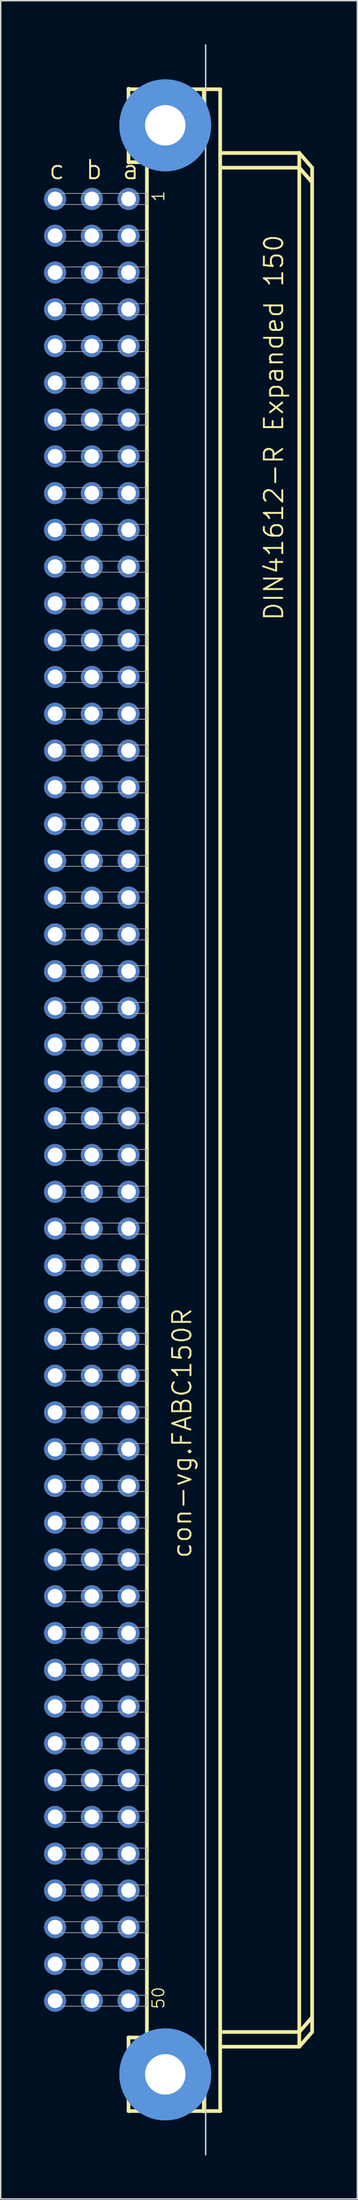
<source format=kicad_pcb>
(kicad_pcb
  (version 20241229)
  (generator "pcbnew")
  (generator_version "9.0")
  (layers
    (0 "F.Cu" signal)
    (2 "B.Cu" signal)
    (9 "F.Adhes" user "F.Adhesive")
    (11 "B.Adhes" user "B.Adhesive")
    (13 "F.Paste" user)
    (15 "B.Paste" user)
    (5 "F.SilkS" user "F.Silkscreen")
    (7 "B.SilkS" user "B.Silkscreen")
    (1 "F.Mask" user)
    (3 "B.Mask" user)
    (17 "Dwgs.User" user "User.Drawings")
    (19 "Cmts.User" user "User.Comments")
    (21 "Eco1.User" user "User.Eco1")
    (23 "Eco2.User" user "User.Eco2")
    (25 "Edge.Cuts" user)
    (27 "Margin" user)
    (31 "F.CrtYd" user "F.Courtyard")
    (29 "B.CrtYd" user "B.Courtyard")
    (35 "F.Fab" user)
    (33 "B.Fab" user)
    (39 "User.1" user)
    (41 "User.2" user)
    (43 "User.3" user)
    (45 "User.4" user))
  (footprint "con-vg.FABC150R"
    (layer "F.Cu")
    (at 8.382 72.923)
    (property "Reference" "con-vg.FABC150R" (at 1.905 31.75 90) (layer "F.SilkS") (effects (font (size 1.27 1.27) (thickness 0.13)) (justify left bottom)))
    (attr through_hole)
    (fp_line (start -2.54 -69.85) (end -2.54 -69.81) (stroke (width 0.254) (type default)) (layer "F.SilkS"))
    (fp_line (start -2.54 -69.81) (end -2.54 -64.77) (stroke (width 0.254) (type default)) (layer "F.SilkS"))
    (fp_line (start -2.54 -69.81) (end 3.81 -69.81) (stroke (width 0.254) (type default)) (layer "F.SilkS"))
    (fp_line (start -2.54 -64.77) (end -1.27 -64.77) (stroke (width 0.254) (type default)) (layer "F.SilkS"))
    (fp_line (start -2.54 64.77) (end -1.27 64.77) (stroke (width 0.254) (type default)) (layer "F.SilkS"))
    (fp_line (start -2.54 69.85) (end -2.54 64.77) (stroke (width 0.254) (type default)) (layer "F.SilkS"))
    (fp_line (start -2.54 69.85) (end 2.667 69.85) (stroke (width 0.254) (type default)) (layer "F.SilkS"))
    (fp_line (start -1.27 -64.77) (end -1.27 64.77) (stroke (width 0.254) (type default)) (layer "F.SilkS"))
    (fp_line (start -1.27 -64.77) (end 1.27 -64.77) (stroke (width 0.254) (type default)) (layer "F.SilkS"))
    (fp_line (start -1.27 64.77) (end 1.27 64.77) (stroke (width 0.254) (type default)) (layer "F.SilkS"))
    (fp_line (start 1.27 -64.77) (end 2.667 -66.04) (stroke (width 0.254) (type default)) (layer "F.SilkS"))
    (fp_line (start 1.27 64.77) (end 2.667 66.04) (stroke (width 0.254) (type default)) (layer "F.SilkS"))
    (fp_line (start 2.667 -66.04) (end 2.667 -69.723) (stroke (width 0.254) (type default)) (layer "F.SilkS"))
    (fp_line (start 2.667 66.04) (end 2.667 69.85) (stroke (width 0.254) (type default)) (layer "F.SilkS"))
    (fp_line (start 2.667 69.85) (end 3.81 69.85) (stroke (width 0.254) (type default)) (layer "F.SilkS"))
    (fp_line (start 2.76 -69.72) (end 2.76 69.847) (stroke (width 0.051) (type default)) (layer "F.SilkS"))
    (fp_line (start 3.8 69.847) (end 3.8 -69.72) (stroke (width 0.254) (type default)) (layer "F.SilkS"))
    (fp_line (start 3.81 -65.405) (end 9.271 -65.405) (stroke (width 0.254) (type default)) (layer "F.SilkS"))
    (fp_line (start 3.937 64.389) (end 9.271 64.389) (stroke (width 0.254) (type default)) (layer "F.SilkS"))
    (fp_line (start 9.271 -64.389) (end 3.937 -64.389) (stroke (width 0.254) (type default)) (layer "F.SilkS"))
    (fp_line (start 9.271 -64.389) (end 9.271 -65.405) (stroke (width 0.254) (type default)) (layer "F.SilkS"))
    (fp_line (start 9.271 64.389) (end 9.271 -64.389) (stroke (width 0.254) (type default)) (layer "F.SilkS"))
    (fp_line (start 9.271 64.389) (end 10.16 63.373) (stroke (width 0.254) (type default)) (layer "F.SilkS"))
    (fp_line (start 9.271 65.405) (end 3.81 65.405) (stroke (width 0.254) (type default)) (layer "F.SilkS"))
    (fp_line (start 9.271 65.405) (end 9.271 64.389) (stroke (width 0.254) (type default)) (layer "F.SilkS"))
    (fp_line (start 9.271 65.405) (end 10.16 64.389) (stroke (width 0.254) (type default)) (layer "F.SilkS"))
    (fp_line (start 10.16 -64.389) (end 9.271 -65.405) (stroke (width 0.254) (type default)) (layer "F.SilkS"))
    (fp_line (start 10.16 -63.373) (end 9.271 -64.389) (stroke (width 0.254) (type default)) (layer "F.SilkS"))
    (fp_line (start 10.16 -63.373) (end 10.16 -64.389) (stroke (width 0.254) (type default)) (layer "F.SilkS"))
    (fp_line (start 10.16 63.373) (end 10.16 -63.373) (stroke (width 0.254) (type default)) (layer "F.SilkS"))
    (fp_line (start 10.16 64.389) (end 10.16 63.373) (stroke (width 0.254) (type default)) (layer "F.SilkS"))
    (fp_circle (center 0 -67.316) (end 1.27 -67.316) (stroke (width 0.254) (type default)) (fill no) (layer "F.SilkS"))
    (fp_circle (center 0 67.316) (end 1.27 67.316) (stroke (width 0.254) (type default)) (fill no) (layer "F.SilkS"))
    (fp_circle (center 0 -67.316) (end 2.286 -67.316) (stroke (width 1.778) (type default)) (fill no) (layer "Cmts.User"))
    (fp_circle (center 0 -67.316) (end 2.286 -67.316) (stroke (width 1.778) (type default)) (fill no) (layer "Cmts.User"))
    (fp_circle (center 0 67.316) (end 2.286 67.316) (stroke (width 1.778) (type default)) (fill no) (layer "Cmts.User"))
    (fp_circle (center 0 67.316) (end 2.286 67.316) (stroke (width 1.778) (type default)) (fill no) (layer "Cmts.User"))
    (fp_line (start 2.794 72.873) (end 2.794 -72.873) (stroke (width 0.1) (type default)) (layer "Edge.Cuts"))
    (fp_rect (start -7.874 -61.849) (end -1.27 -62.611) (stroke (width 0.05) (type default)) (fill no) (layer "F.Fab"))
    (fp_rect (start -7.874 -59.309) (end -1.27 -60.071) (stroke (width 0.05) (type default)) (fill no) (layer "F.Fab"))
    (fp_rect (start -7.874 -56.769) (end -1.27 -57.531) (stroke (width 0.05) (type default)) (fill no) (layer "F.Fab"))
    (fp_rect (start -7.874 -54.229) (end -1.27 -54.991) (stroke (width 0.05) (type default)) (fill no) (layer "F.Fab"))
    (fp_rect (start -7.874 -51.689) (end -1.27 -52.451) (stroke (width 0.05) (type default)) (fill no) (layer "F.Fab"))
    (fp_rect (start -7.874 -49.149) (end -1.27 -49.911) (stroke (width 0.05) (type default)) (fill no) (layer "F.Fab"))
    (fp_rect (start -7.874 -46.609) (end -1.27 -47.371) (stroke (width 0.05) (type default)) (fill no) (layer "F.Fab"))
    (fp_rect (start -7.874 -44.069) (end -1.27 -44.831) (stroke (width 0.05) (type default)) (fill no) (layer "F.Fab"))
    (fp_rect (start -7.874 -41.529) (end -1.27 -42.291) (stroke (width 0.05) (type default)) (fill no) (layer "F.Fab"))
    (fp_rect (start -7.874 -38.989) (end -1.27 -39.751) (stroke (width 0.05) (type default)) (fill no) (layer "F.Fab"))
    (fp_rect (start -7.874 -36.449) (end -1.27 -37.211) (stroke (width 0.05) (type default)) (fill no) (layer "F.Fab"))
    (fp_rect (start -7.874 -33.909) (end -1.27 -34.671) (stroke (width 0.05) (type default)) (fill no) (layer "F.Fab"))
    (fp_rect (start -7.874 -31.369) (end -1.27 -32.131) (stroke (width 0.05) (type default)) (fill no) (layer "F.Fab"))
    (fp_rect (start -7.874 -28.829) (end -1.27 -29.591) (stroke (width 0.05) (type default)) (fill no) (layer "F.Fab"))
    (fp_rect (start -7.874 -26.289) (end -1.27 -27.051) (stroke (width 0.05) (type default)) (fill no) (layer "F.Fab"))
    (fp_rect (start -7.874 -23.749) (end -1.27 -24.511) (stroke (width 0.05) (type default)) (fill no) (layer "F.Fab"))
    (fp_rect (start -7.874 -21.209) (end -1.27 -21.971) (stroke (width 0.05) (type default)) (fill no) (layer "F.Fab"))
    (fp_rect (start -7.874 -18.669) (end -1.27 -19.431) (stroke (width 0.05) (type default)) (fill no) (layer "F.Fab"))
    (fp_rect (start -7.874 -16.129) (end -1.27 -16.891) (stroke (width 0.05) (type default)) (fill no) (layer "F.Fab"))
    (fp_rect (start -7.874 -13.589) (end -1.27 -14.351) (stroke (width 0.05) (type default)) (fill no) (layer "F.Fab"))
    (fp_rect (start -7.874 -11.049) (end -1.27 -11.811) (stroke (width 0.05) (type default)) (fill no) (layer "F.Fab"))
    (fp_rect (start -7.874 -8.509) (end -1.27 -9.271) (stroke (width 0.05) (type default)) (fill no) (layer "F.Fab"))
    (fp_rect (start -7.874 -5.969) (end -1.27 -6.731) (stroke (width 0.05) (type default)) (fill no) (layer "F.Fab"))
    (fp_rect (start -7.874 -3.429) (end -1.27 -4.191) (stroke (width 0.05) (type default)) (fill no) (layer "F.Fab"))
    (fp_rect (start -7.874 -0.889) (end -1.27 -1.651) (stroke (width 0.05) (type default)) (fill no) (layer "F.Fab"))
    (fp_rect (start -7.874 1.651) (end -1.27 0.889) (stroke (width 0.05) (type default)) (fill no) (layer "F.Fab"))
    (fp_rect (start -7.874 4.191) (end -1.27 3.429) (stroke (width 0.05) (type default)) (fill no) (layer "F.Fab"))
    (fp_rect (start -7.874 6.731) (end -1.27 5.969) (stroke (width 0.05) (type default)) (fill no) (layer "F.Fab"))
    (fp_rect (start -7.874 9.271) (end -1.27 8.509) (stroke (width 0.05) (type default)) (fill no) (layer "F.Fab"))
    (fp_rect (start -7.874 11.811) (end -1.27 11.049) (stroke (width 0.05) (type default)) (fill no) (layer "F.Fab"))
    (fp_rect (start -7.874 14.351) (end -1.27 13.589) (stroke (width 0.05) (type default)) (fill no) (layer "F.Fab"))
    (fp_rect (start -7.874 16.891) (end -1.27 16.129) (stroke (width 0.05) (type default)) (fill no) (layer "F.Fab"))
    (fp_rect (start -7.874 19.431) (end -1.27 18.669) (stroke (width 0.05) (type default)) (fill no) (layer "F.Fab"))
    (fp_rect (start -7.874 21.971) (end -1.27 21.209) (stroke (width 0.05) (type default)) (fill no) (layer "F.Fab"))
    (fp_rect (start -7.874 24.511) (end -1.27 23.749) (stroke (width 0.05) (type default)) (fill no) (layer "F.Fab"))
    (fp_rect (start -7.874 27.051) (end -1.27 26.289) (stroke (width 0.05) (type default)) (fill no) (layer "F.Fab"))
    (fp_rect (start -7.874 29.591) (end -1.27 28.829) (stroke (width 0.05) (type default)) (fill no) (layer "F.Fab"))
    (fp_rect (start -7.874 32.131) (end -1.27 31.369) (stroke (width 0.05) (type default)) (fill no) (layer "F.Fab"))
    (fp_rect (start -7.874 34.671) (end -1.27 33.909) (stroke (width 0.05) (type default)) (fill no) (layer "F.Fab"))
    (fp_rect (start -7.874 37.211) (end -1.27 36.449) (stroke (width 0.05) (type default)) (fill no) (layer "F.Fab"))
    (fp_rect (start -7.874 39.751) (end -1.27 38.989) (stroke (width 0.05) (type default)) (fill no) (layer "F.Fab"))
    (fp_rect (start -7.874 42.291) (end -1.27 41.529) (stroke (width 0.05) (type default)) (fill no) (layer "F.Fab"))
    (fp_rect (start -7.874 44.831) (end -1.27 44.069) (stroke (width 0.05) (type default)) (fill no) (layer "F.Fab"))
    (fp_rect (start -7.874 47.371) (end -1.27 46.609) (stroke (width 0.05) (type default)) (fill no) (layer "F.Fab"))
    (fp_rect (start -7.874 49.911) (end -1.27 49.149) (stroke (width 0.05) (type default)) (fill no) (layer "F.Fab"))
    (fp_rect (start -7.874 52.451) (end -1.27 51.689) (stroke (width 0.05) (type default)) (fill no) (layer "F.Fab"))
    (fp_rect (start -7.874 54.991) (end -1.27 54.229) (stroke (width 0.05) (type default)) (fill no) (layer "F.Fab"))
    (fp_rect (start -7.874 57.531) (end -1.27 56.769) (stroke (width 0.05) (type default)) (fill no) (layer "F.Fab"))
    (fp_rect (start -7.874 60.071) (end -1.27 59.309) (stroke (width 0.05) (type default)) (fill no) (layer "F.Fab"))
    (fp_rect (start -7.874 62.611) (end -1.27 61.849) (stroke (width 0.05) (type default)) (fill no) (layer "F.Fab"))
    (fp_text user "a" (at -3.048 -63.5 0) (layer "F.SilkS") (effects (font (size 1.27 1.27) (thickness 0.13)) (justify left bottom)))
    (fp_text user "DIN41612-R Expanded 150" (at 8.255 -33.02 90) (layer "F.SilkS") (effects (font (size 1.27 1.27) (thickness 0.13)) (justify left bottom)))
    (fp_text user "c" (at -8.128 -63.5 0) (layer "F.SilkS") (effects (font (size 1.27 1.27) (thickness 0.13)) (justify left bottom)))
    (fp_text user "b" (at -5.588 -63.5 0) (layer "F.SilkS") (effects (font (size 1.27 1.27) (thickness 0.13)) (justify left bottom)))
    (fp_text user "50" (at 0 62.865 90) (layer "F.SilkS") (effects (font (size 0.813 0.813) (thickness 0.08)) (justify left bottom)))
    (fp_text user "1" (at 0 -61.976 90) (layer "F.SilkS") (effects (font (size 0.813 0.813) (thickness 0.08)) (justify left bottom)))
    (pad "" np_thru_hole circle (at 0 -67.316) (size 2.794 2.794) (drill 2.794) (layers "*.Cu" "*.Mask"))
    (pad "" np_thru_hole circle (at 0 67.316) (size 2.794 2.794) (drill 2.794) (layers "*.Cu" "*.Mask"))
    (pad "A1" thru_hole circle (at -2.54 -62.23) (size 1.524 1.524) (drill 1.016) (layers "*.Cu" "*.Mask"))
    (pad "A2" thru_hole circle (at -2.54 -59.69) (size 1.524 1.524) (drill 1.016) (layers "*.Cu" "*.Mask"))
    (pad "A3" thru_hole circle (at -2.54 -57.15) (size 1.524 1.524) (drill 1.016) (layers "*.Cu" "*.Mask"))
    (pad "A4" thru_hole circle (at -2.54 -54.61) (size 1.524 1.524) (drill 1.016) (layers "*.Cu" "*.Mask"))
    (pad "A5" thru_hole circle (at -2.54 -52.07) (size 1.524 1.524) (drill 1.016) (layers "*.Cu" "*.Mask"))
    (pad "A6" thru_hole circle (at -2.54 -49.53) (size 1.524 1.524) (drill 1.016) (layers "*.Cu" "*.Mask"))
    (pad "A7" thru_hole circle (at -2.54 -46.99) (size 1.524 1.524) (drill 1.016) (layers "*.Cu" "*.Mask"))
    (pad "A8" thru_hole circle (at -2.54 -44.45) (size 1.524 1.524) (drill 1.016) (layers "*.Cu" "*.Mask"))
    (pad "A9" thru_hole circle (at -2.54 -41.91) (size 1.524 1.524) (drill 1.016) (layers "*.Cu" "*.Mask"))
    (pad "A10" thru_hole circle (at -2.54 -39.37) (size 1.524 1.524) (drill 1.016) (layers "*.Cu" "*.Mask"))
    (pad "A11" thru_hole circle (at -2.54 -36.83) (size 1.524 1.524) (drill 1.016) (layers "*.Cu" "*.Mask"))
    (pad "A12" thru_hole circle (at -2.54 -34.29) (size 1.524 1.524) (drill 1.016) (layers "*.Cu" "*.Mask"))
    (pad "A13" thru_hole circle (at -2.54 -31.75) (size 1.524 1.524) (drill 1.016) (layers "*.Cu" "*.Mask"))
    (pad "A14" thru_hole circle (at -2.54 -29.21) (size 1.524 1.524) (drill 1.016) (layers "*.Cu" "*.Mask"))
    (pad "A15" thru_hole circle (at -2.54 -26.67) (size 1.524 1.524) (drill 1.016) (layers "*.Cu" "*.Mask"))
    (pad "A16" thru_hole circle (at -2.54 -24.13) (size 1.524 1.524) (drill 1.016) (layers "*.Cu" "*.Mask"))
    (pad "A17" thru_hole circle (at -2.54 -21.59) (size 1.524 1.524) (drill 1.016) (layers "*.Cu" "*.Mask"))
    (pad "A18" thru_hole circle (at -2.54 -19.05) (size 1.524 1.524) (drill 1.016) (layers "*.Cu" "*.Mask"))
    (pad "A19" thru_hole circle (at -2.54 -16.51) (size 1.524 1.524) (drill 1.016) (layers "*.Cu" "*.Mask"))
    (pad "A20" thru_hole circle (at -2.54 -13.97) (size 1.524 1.524) (drill 1.016) (layers "*.Cu" "*.Mask"))
    (pad "A21" thru_hole circle (at -2.54 -11.43) (size 1.524 1.524) (drill 1.016) (layers "*.Cu" "*.Mask"))
    (pad "A22" thru_hole circle (at -2.54 -8.89) (size 1.524 1.524) (drill 1.016) (layers "*.Cu" "*.Mask"))
    (pad "A23" thru_hole circle (at -2.54 -6.35) (size 1.524 1.524) (drill 1.016) (layers "*.Cu" "*.Mask"))
    (pad "A24" thru_hole circle (at -2.54 -3.81) (size 1.524 1.524) (drill 1.016) (layers "*.Cu" "*.Mask"))
    (pad "A25" thru_hole circle (at -2.54 -1.27) (size 1.524 1.524) (drill 1.016) (layers "*.Cu" "*.Mask"))
    (pad "A26" thru_hole circle (at -2.54 1.27) (size 1.524 1.524) (drill 1.016) (layers "*.Cu" "*.Mask"))
    (pad "A27" thru_hole circle (at -2.54 3.81) (size 1.524 1.524) (drill 1.016) (layers "*.Cu" "*.Mask"))
    (pad "A28" thru_hole circle (at -2.54 6.35) (size 1.524 1.524) (drill 1.016) (layers "*.Cu" "*.Mask"))
    (pad "A29" thru_hole circle (at -2.54 8.89) (size 1.524 1.524) (drill 1.016) (layers "*.Cu" "*.Mask"))
    (pad "A30" thru_hole circle (at -2.54 11.43) (size 1.524 1.524) (drill 1.016) (layers "*.Cu" "*.Mask"))
    (pad "A31" thru_hole circle (at -2.54 13.97) (size 1.524 1.524) (drill 1.016) (layers "*.Cu" "*.Mask"))
    (pad "A32" thru_hole circle (at -2.54 16.51) (size 1.524 1.524) (drill 1.016) (layers "*.Cu" "*.Mask"))
    (pad "A33" thru_hole circle (at -2.54 19.05) (size 1.524 1.524) (drill 1.016) (layers "*.Cu" "*.Mask"))
    (pad "A34" thru_hole circle (at -2.54 21.59) (size 1.524 1.524) (drill 1.016) (layers "*.Cu" "*.Mask"))
    (pad "A35" thru_hole circle (at -2.54 24.13) (size 1.524 1.524) (drill 1.016) (layers "*.Cu" "*.Mask"))
    (pad "A36" thru_hole circle (at -2.54 26.67) (size 1.524 1.524) (drill 1.016) (layers "*.Cu" "*.Mask"))
    (pad "A37" thru_hole circle (at -2.54 29.21) (size 1.524 1.524) (drill 1.016) (layers "*.Cu" "*.Mask"))
    (pad "A38" thru_hole circle (at -2.54 31.75) (size 1.524 1.524) (drill 1.016) (layers "*.Cu" "*.Mask"))
    (pad "A39" thru_hole circle (at -2.54 34.29) (size 1.524 1.524) (drill 1.016) (layers "*.Cu" "*.Mask"))
    (pad "A40" thru_hole circle (at -2.54 36.83) (size 1.524 1.524) (drill 1.016) (layers "*.Cu" "*.Mask"))
    (pad "A41" thru_hole circle (at -2.54 39.37) (size 1.524 1.524) (drill 1.016) (layers "*.Cu" "*.Mask"))
    (pad "A42" thru_hole circle (at -2.54 41.91) (size 1.524 1.524) (drill 1.016) (layers "*.Cu" "*.Mask"))
    (pad "A43" thru_hole circle (at -2.54 44.45) (size 1.524 1.524) (drill 1.016) (layers "*.Cu" "*.Mask"))
    (pad "A44" thru_hole circle (at -2.54 46.99) (size 1.524 1.524) (drill 1.016) (layers "*.Cu" "*.Mask"))
    (pad "A45" thru_hole circle (at -2.54 49.53) (size 1.524 1.524) (drill 1.016) (layers "*.Cu" "*.Mask"))
    (pad "A46" thru_hole circle (at -2.54 52.07) (size 1.524 1.524) (drill 1.016) (layers "*.Cu" "*.Mask"))
    (pad "A47" thru_hole circle (at -2.54 54.61) (size 1.524 1.524) (drill 1.016) (layers "*.Cu" "*.Mask"))
    (pad "A48" thru_hole circle (at -2.54 57.15) (size 1.524 1.524) (drill 1.016) (layers "*.Cu" "*.Mask"))
    (pad "A49" thru_hole circle (at -2.54 59.69) (size 1.524 1.524) (drill 1.016) (layers "*.Cu" "*.Mask"))
    (pad "A50" thru_hole circle (at -2.54 62.23) (size 1.524 1.524) (drill 1.016) (layers "*.Cu" "*.Mask"))
    (pad "B1" thru_hole circle (at -5.08 -62.23) (size 1.524 1.524) (drill 1.016) (layers "*.Cu" "*.Mask"))
    (pad "B2" thru_hole circle (at -5.08 -59.69) (size 1.524 1.524) (drill 1.016) (layers "*.Cu" "*.Mask"))
    (pad "B3" thru_hole circle (at -5.08 -57.15) (size 1.524 1.524) (drill 1.016) (layers "*.Cu" "*.Mask"))
    (pad "B4" thru_hole circle (at -5.08 -54.61) (size 1.524 1.524) (drill 1.016) (layers "*.Cu" "*.Mask"))
    (pad "B5" thru_hole circle (at -5.08 -52.07) (size 1.524 1.524) (drill 1.016) (layers "*.Cu" "*.Mask"))
    (pad "B6" thru_hole circle (at -5.08 -49.53) (size 1.524 1.524) (drill 1.016) (layers "*.Cu" "*.Mask"))
    (pad "B7" thru_hole circle (at -5.08 -46.99) (size 1.524 1.524) (drill 1.016) (layers "*.Cu" "*.Mask"))
    (pad "B8" thru_hole circle (at -5.08 -44.45) (size 1.524 1.524) (drill 1.016) (layers "*.Cu" "*.Mask"))
    (pad "B9" thru_hole circle (at -5.08 -41.91) (size 1.524 1.524) (drill 1.016) (layers "*.Cu" "*.Mask"))
    (pad "B10" thru_hole circle (at -5.08 -39.37) (size 1.524 1.524) (drill 1.016) (layers "*.Cu" "*.Mask"))
    (pad "B11" thru_hole circle (at -5.08 -36.83) (size 1.524 1.524) (drill 1.016) (layers "*.Cu" "*.Mask"))
    (pad "B12" thru_hole circle (at -5.08 -34.29) (size 1.524 1.524) (drill 1.016) (layers "*.Cu" "*.Mask"))
    (pad "B13" thru_hole circle (at -5.08 -31.75) (size 1.524 1.524) (drill 1.016) (layers "*.Cu" "*.Mask"))
    (pad "B14" thru_hole circle (at -5.08 -29.21) (size 1.524 1.524) (drill 1.016) (layers "*.Cu" "*.Mask"))
    (pad "B15" thru_hole circle (at -5.08 -26.67) (size 1.524 1.524) (drill 1.016) (layers "*.Cu" "*.Mask"))
    (pad "B16" thru_hole circle (at -5.08 -24.13) (size 1.524 1.524) (drill 1.016) (layers "*.Cu" "*.Mask"))
    (pad "B17" thru_hole circle (at -5.08 -21.59) (size 1.524 1.524) (drill 1.016) (layers "*.Cu" "*.Mask"))
    (pad "B18" thru_hole circle (at -5.08 -19.05) (size 1.524 1.524) (drill 1.016) (layers "*.Cu" "*.Mask"))
    (pad "B19" thru_hole circle (at -5.08 -16.51) (size 1.524 1.524) (drill 1.016) (layers "*.Cu" "*.Mask"))
    (pad "B20" thru_hole circle (at -5.08 -13.97) (size 1.524 1.524) (drill 1.016) (layers "*.Cu" "*.Mask"))
    (pad "B21" thru_hole circle (at -5.08 -11.43) (size 1.524 1.524) (drill 1.016) (layers "*.Cu" "*.Mask"))
    (pad "B22" thru_hole circle (at -5.08 -8.89) (size 1.524 1.524) (drill 1.016) (layers "*.Cu" "*.Mask"))
    (pad "B23" thru_hole circle (at -5.08 -6.35) (size 1.524 1.524) (drill 1.016) (layers "*.Cu" "*.Mask"))
    (pad "B24" thru_hole circle (at -5.08 -3.81) (size 1.524 1.524) (drill 1.016) (layers "*.Cu" "*.Mask"))
    (pad "B25" thru_hole circle (at -5.08 -1.27) (size 1.524 1.524) (drill 1.016) (layers "*.Cu" "*.Mask"))
    (pad "B26" thru_hole circle (at -5.08 1.27) (size 1.524 1.524) (drill 1.016) (layers "*.Cu" "*.Mask"))
    (pad "B27" thru_hole circle (at -5.08 3.81) (size 1.524 1.524) (drill 1.016) (layers "*.Cu" "*.Mask"))
    (pad "B28" thru_hole circle (at -5.08 6.35) (size 1.524 1.524) (drill 1.016) (layers "*.Cu" "*.Mask"))
    (pad "B29" thru_hole circle (at -5.08 8.89) (size 1.524 1.524) (drill 1.016) (layers "*.Cu" "*.Mask"))
    (pad "B30" thru_hole circle (at -5.08 11.43) (size 1.524 1.524) (drill 1.016) (layers "*.Cu" "*.Mask"))
    (pad "B31" thru_hole circle (at -5.08 13.97) (size 1.524 1.524) (drill 1.016) (layers "*.Cu" "*.Mask"))
    (pad "B32" thru_hole circle (at -5.08 16.51) (size 1.524 1.524) (drill 1.016) (layers "*.Cu" "*.Mask"))
    (pad "B33" thru_hole circle (at -5.08 19.05) (size 1.524 1.524) (drill 1.016) (layers "*.Cu" "*.Mask"))
    (pad "B34" thru_hole circle (at -5.08 21.59) (size 1.524 1.524) (drill 1.016) (layers "*.Cu" "*.Mask"))
    (pad "B35" thru_hole circle (at -5.08 24.13) (size 1.524 1.524) (drill 1.016) (layers "*.Cu" "*.Mask"))
    (pad "B36" thru_hole circle (at -5.08 26.67) (size 1.524 1.524) (drill 1.016) (layers "*.Cu" "*.Mask"))
    (pad "B37" thru_hole circle (at -5.08 29.21) (size 1.524 1.524) (drill 1.016) (layers "*.Cu" "*.Mask"))
    (pad "B38" thru_hole circle (at -5.08 31.75) (size 1.524 1.524) (drill 1.016) (layers "*.Cu" "*.Mask"))
    (pad "B39" thru_hole circle (at -5.08 34.29) (size 1.524 1.524) (drill 1.016) (layers "*.Cu" "*.Mask"))
    (pad "B40" thru_hole circle (at -5.08 36.83) (size 1.524 1.524) (drill 1.016) (layers "*.Cu" "*.Mask"))
    (pad "B41" thru_hole circle (at -5.08 39.37) (size 1.524 1.524) (drill 1.016) (layers "*.Cu" "*.Mask"))
    (pad "B42" thru_hole circle (at -5.08 41.91) (size 1.524 1.524) (drill 1.016) (layers "*.Cu" "*.Mask"))
    (pad "B43" thru_hole circle (at -5.08 44.45) (size 1.524 1.524) (drill 1.016) (layers "*.Cu" "*.Mask"))
    (pad "B44" thru_hole circle (at -5.08 46.99) (size 1.524 1.524) (drill 1.016) (layers "*.Cu" "*.Mask"))
    (pad "B45" thru_hole circle (at -5.08 49.53) (size 1.524 1.524) (drill 1.016) (layers "*.Cu" "*.Mask"))
    (pad "B46" thru_hole circle (at -5.08 52.07) (size 1.524 1.524) (drill 1.016) (layers "*.Cu" "*.Mask"))
    (pad "B47" thru_hole circle (at -5.08 54.61) (size 1.524 1.524) (drill 1.016) (layers "*.Cu" "*.Mask"))
    (pad "B48" thru_hole circle (at -5.08 57.15) (size 1.524 1.524) (drill 1.016) (layers "*.Cu" "*.Mask"))
    (pad "B49" thru_hole circle (at -5.08 59.69) (size 1.524 1.524) (drill 1.016) (layers "*.Cu" "*.Mask"))
    (pad "B50" thru_hole circle (at -5.08 62.23) (size 1.524 1.524) (drill 1.016) (layers "*.Cu" "*.Mask"))
    (pad "C1" thru_hole circle (at -7.62 -62.23) (size 1.524 1.524) (drill 1.016) (layers "*.Cu" "*.Mask"))
    (pad "C2" thru_hole circle (at -7.62 -59.69) (size 1.524 1.524) (drill 1.016) (layers "*.Cu" "*.Mask"))
    (pad "C3" thru_hole circle (at -7.62 -57.15) (size 1.524 1.524) (drill 1.016) (layers "*.Cu" "*.Mask"))
    (pad "C4" thru_hole circle (at -7.62 -54.61) (size 1.524 1.524) (drill 1.016) (layers "*.Cu" "*.Mask"))
    (pad "C5" thru_hole circle (at -7.62 -52.07) (size 1.524 1.524) (drill 1.016) (layers "*.Cu" "*.Mask"))
    (pad "C6" thru_hole circle (at -7.62 -49.53) (size 1.524 1.524) (drill 1.016) (layers "*.Cu" "*.Mask"))
    (pad "C7" thru_hole circle (at -7.62 -46.99) (size 1.524 1.524) (drill 1.016) (layers "*.Cu" "*.Mask"))
    (pad "C8" thru_hole circle (at -7.62 -44.45) (size 1.524 1.524) (drill 1.016) (layers "*.Cu" "*.Mask"))
    (pad "C9" thru_hole circle (at -7.62 -41.91) (size 1.524 1.524) (drill 1.016) (layers "*.Cu" "*.Mask"))
    (pad "C10" thru_hole circle (at -7.62 -39.37) (size 1.524 1.524) (drill 1.016) (layers "*.Cu" "*.Mask"))
    (pad "C11" thru_hole circle (at -7.62 -36.83) (size 1.524 1.524) (drill 1.016) (layers "*.Cu" "*.Mask"))
    (pad "C12" thru_hole circle (at -7.62 -34.29) (size 1.524 1.524) (drill 1.016) (layers "*.Cu" "*.Mask"))
    (pad "C13" thru_hole circle (at -7.62 -31.75) (size 1.524 1.524) (drill 1.016) (layers "*.Cu" "*.Mask"))
    (pad "C14" thru_hole circle (at -7.62 -29.21) (size 1.524 1.524) (drill 1.016) (layers "*.Cu" "*.Mask"))
    (pad "C15" thru_hole circle (at -7.62 -26.67) (size 1.524 1.524) (drill 1.016) (layers "*.Cu" "*.Mask"))
    (pad "C16" thru_hole circle (at -7.62 -24.13) (size 1.524 1.524) (drill 1.016) (layers "*.Cu" "*.Mask"))
    (pad "C17" thru_hole circle (at -7.62 -21.59) (size 1.524 1.524) (drill 1.016) (layers "*.Cu" "*.Mask"))
    (pad "C18" thru_hole circle (at -7.62 -19.05) (size 1.524 1.524) (drill 1.016) (layers "*.Cu" "*.Mask"))
    (pad "C19" thru_hole circle (at -7.62 -16.51) (size 1.524 1.524) (drill 1.016) (layers "*.Cu" "*.Mask"))
    (pad "C20" thru_hole circle (at -7.62 -13.97) (size 1.524 1.524) (drill 1.016) (layers "*.Cu" "*.Mask"))
    (pad "C21" thru_hole circle (at -7.62 -11.43) (size 1.524 1.524) (drill 1.016) (layers "*.Cu" "*.Mask"))
    (pad "C22" thru_hole circle (at -7.62 -8.89) (size 1.524 1.524) (drill 1.016) (layers "*.Cu" "*.Mask"))
    (pad "C23" thru_hole circle (at -7.62 -6.35) (size 1.524 1.524) (drill 1.016) (layers "*.Cu" "*.Mask"))
    (pad "C24" thru_hole circle (at -7.62 -3.81) (size 1.524 1.524) (drill 1.016) (layers "*.Cu" "*.Mask"))
    (pad "C25" thru_hole circle (at -7.62 -1.27) (size 1.524 1.524) (drill 1.016) (layers "*.Cu" "*.Mask"))
    (pad "C26" thru_hole circle (at -7.62 1.27) (size 1.524 1.524) (drill 1.016) (layers "*.Cu" "*.Mask"))
    (pad "C27" thru_hole circle (at -7.62 3.81) (size 1.524 1.524) (drill 1.016) (layers "*.Cu" "*.Mask"))
    (pad "C28" thru_hole circle (at -7.62 6.35) (size 1.524 1.524) (drill 1.016) (layers "*.Cu" "*.Mask"))
    (pad "C29" thru_hole circle (at -7.62 8.89) (size 1.524 1.524) (drill 1.016) (layers "*.Cu" "*.Mask"))
    (pad "C30" thru_hole circle (at -7.62 11.43) (size 1.524 1.524) (drill 1.016) (layers "*.Cu" "*.Mask"))
    (pad "C31" thru_hole circle (at -7.62 13.97) (size 1.524 1.524) (drill 1.016) (layers "*.Cu" "*.Mask"))
    (pad "C32" thru_hole circle (at -7.62 16.51) (size 1.524 1.524) (drill 1.016) (layers "*.Cu" "*.Mask"))
    (pad "C33" thru_hole circle (at -7.62 19.05) (size 1.524 1.524) (drill 1.016) (layers "*.Cu" "*.Mask"))
    (pad "C34" thru_hole circle (at -7.62 21.59) (size 1.524 1.524) (drill 1.016) (layers "*.Cu" "*.Mask"))
    (pad "C35" thru_hole circle (at -7.62 24.13) (size 1.524 1.524) (drill 1.016) (layers "*.Cu" "*.Mask"))
    (pad "C36" thru_hole circle (at -7.62 26.67) (size 1.524 1.524) (drill 1.016) (layers "*.Cu" "*.Mask"))
    (pad "C37" thru_hole circle (at -7.62 29.21) (size 1.524 1.524) (drill 1.016) (layers "*.Cu" "*.Mask"))
    (pad "C38" thru_hole circle (at -7.62 31.75) (size 1.524 1.524) (drill 1.016) (layers "*.Cu" "*.Mask"))
    (pad "C39" thru_hole circle (at -7.62 34.29) (size 1.524 1.524) (drill 1.016) (layers "*.Cu" "*.Mask"))
    (pad "C40" thru_hole circle (at -7.62 36.83) (size 1.524 1.524) (drill 1.016) (layers "*.Cu" "*.Mask"))
    (pad "C41" thru_hole circle (at -7.62 39.37) (size 1.524 1.524) (drill 1.016) (layers "*.Cu" "*.Mask"))
    (pad "C42" thru_hole circle (at -7.62 41.91) (size 1.524 1.524) (drill 1.016) (layers "*.Cu" "*.Mask"))
    (pad "C43" thru_hole circle (at -7.62 44.45) (size 1.524 1.524) (drill 1.016) (layers "*.Cu" "*.Mask"))
    (pad "C44" thru_hole circle (at -7.62 46.99) (size 1.524 1.524) (drill 1.016) (layers "*.Cu" "*.Mask"))
    (pad "C45" thru_hole circle (at -7.62 49.53) (size 1.524 1.524) (drill 1.016) (layers "*.Cu" "*.Mask"))
    (pad "C46" thru_hole circle (at -7.62 52.07) (size 1.524 1.524) (drill 1.016) (layers "*.Cu" "*.Mask"))
    (pad "C47" thru_hole circle (at -7.62 54.61) (size 1.524 1.524) (drill 1.016) (layers "*.Cu" "*.Mask"))
    (pad "C48" thru_hole circle (at -7.62 57.15) (size 1.524 1.524) (drill 1.016) (layers "*.Cu" "*.Mask"))
    (pad "C49" thru_hole circle (at -7.62 59.69) (size 1.524 1.524) (drill 1.016) (layers "*.Cu" "*.Mask"))
    (pad "C50" thru_hole circle (at -7.62 62.23) (size 1.524 1.524) (drill 1.016) (layers "*.Cu" "*.Mask")))
  (gr_rect
    (start -3 -3)
    (end 21.669 148.845)
    (stroke (width 0.1) (type default))
    (fill no)
    (layer "Edge.Cuts")))
</source>
